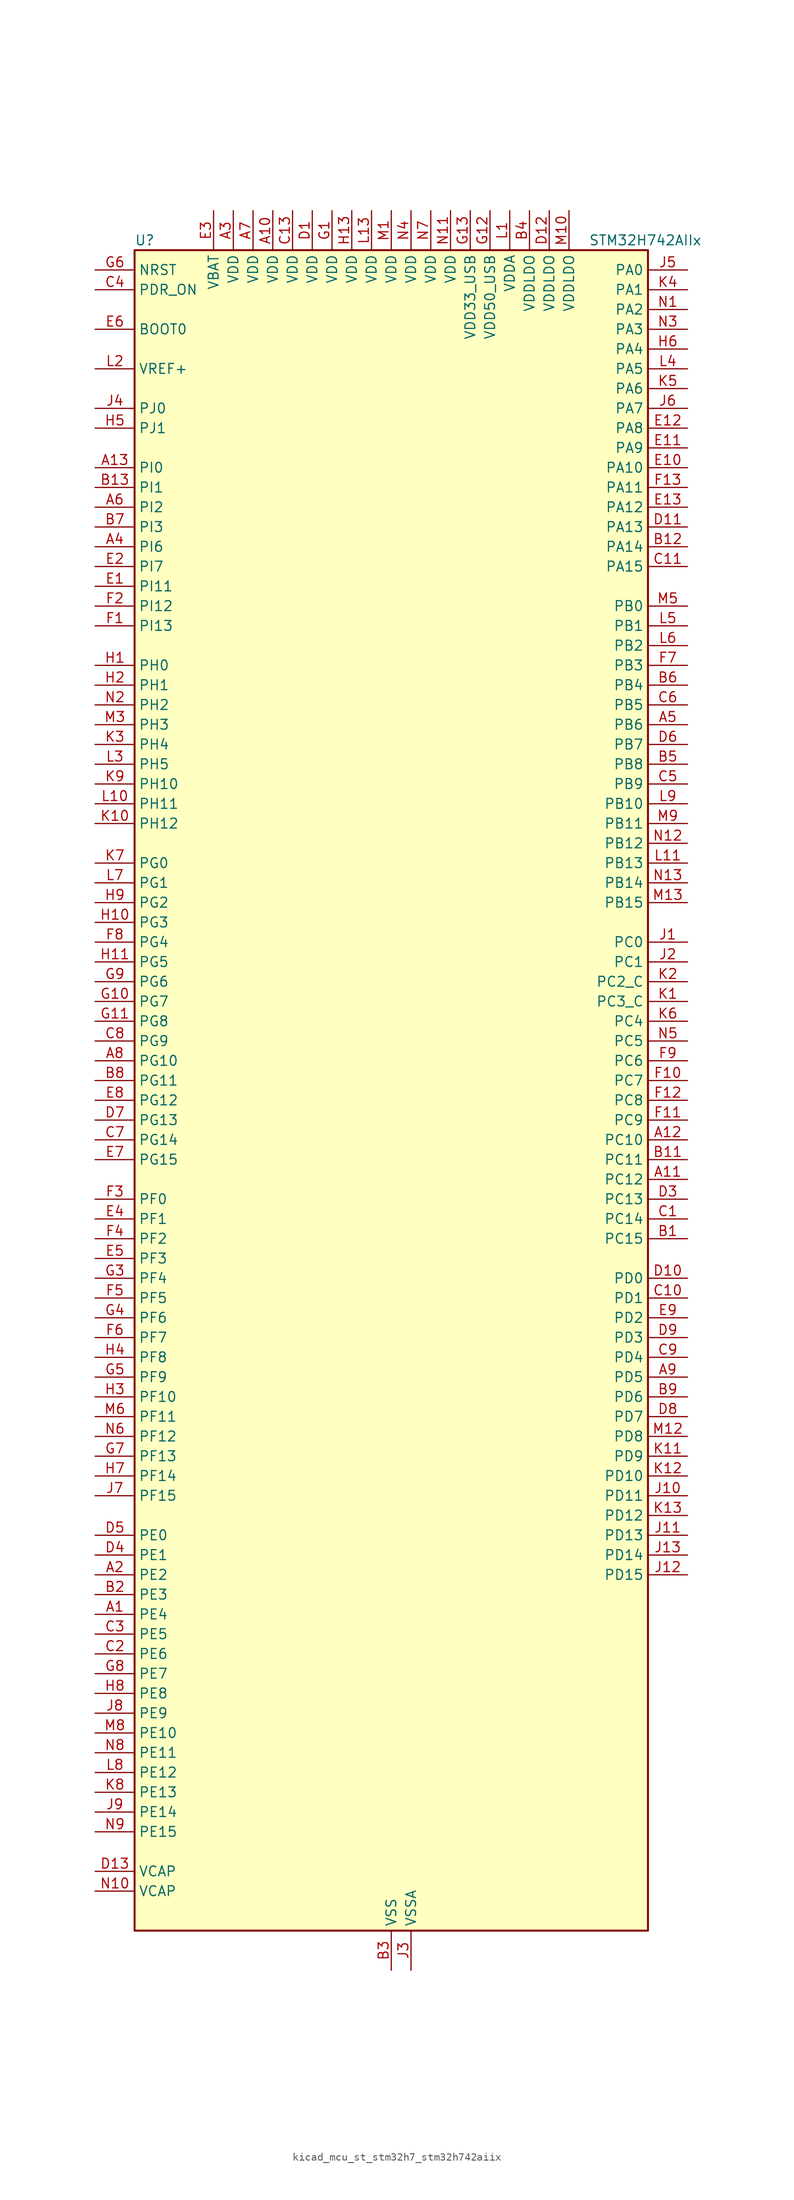
<source format=kicad_sym>
(kicad_symbol_lib
  (version 20220914)
  (generator kicad_symbol_editor)
  (symbol "kicad_mcu_st_stm32h7_stm32h742aiix"
    (property "Reference" "U"
      (at -33.02 110.49 0)
      (effects (font (size 1.27 1.27)) (justify left)))
    (property "Value" "STM32H742AIIx"
      (at 25.4 110.49 0)
      (effects (font (size 1.27 1.27)) (justify left)))
    (property "ki_locked" ""
      (at 0 0 0)
      (effects (font (size 1.27 1.27))))
    (symbol "kicad_mcu_st_stm32h7_stm32h742aiix_0_1"
      (rectangle (start -33.02 -106.68) (end 33.02 109.22) (stroke (width 0.254) (type default)) (fill (type background))))
    (symbol "kicad_mcu_st_stm32h7_stm32h742aiix_1_1"
      (pin bidirectional line (at -38.1 -66.04 0) (length 5.08) (name "PE4" (effects (font (size 1.27 1.27)))) (number "A1" (effects (font (size 1.27 1.27)))) (alternate "DCMI_D4" bidirectional line) (alternate "DEBUG_TRACED1" bidirectional line) (alternate "DFSDM1_DATIN3" bidirectional line) (alternate "FMC_A20" bidirectional line) (alternate "SAI1_D2" bidirectional line) (alternate "SAI1_FS_A" bidirectional line) (alternate "SAI4_D2" bidirectional line) (alternate "SAI4_FS_A" bidirectional line) (alternate "SPI4_NSS" bidirectional line) (alternate "TIM15_CH1N" bidirectional line))
      (pin power_in line (at -15.24 114.3 270) (length 5.08) (name "VDD" (effects (font (size 1.27 1.27)))) (number "A10" (effects (font (size 1.27 1.27)))))
      (pin bidirectional line (at 38.1 -10.16 180) (length 5.08) (name "PC12" (effects (font (size 1.27 1.27)))) (number "A11" (effects (font (size 1.27 1.27)))) (alternate "DCMI_D9" bidirectional line) (alternate "DEBUG_TRACED3" bidirectional line) (alternate "HRTIM_EEV2" bidirectional line) (alternate "I2S3_SDO" bidirectional line) (alternate "SDMMC1_CK" bidirectional line) (alternate "SPI3_MOSI" bidirectional line) (alternate "UART5_TX" bidirectional line) (alternate "USART3_CK" bidirectional line))
      (pin bidirectional line (at 38.1 -5.08 180) (length 5.08) (name "PC10" (effects (font (size 1.27 1.27)))) (number "A12" (effects (font (size 1.27 1.27)))) (alternate "DCMI_D8" bidirectional line) (alternate "DFSDM1_CKIN5" bidirectional line) (alternate "HRTIM_EEV1" bidirectional line) (alternate "I2S3_CK" bidirectional line) (alternate "QUADSPI_BK1_IO1" bidirectional line) (alternate "SDMMC1_D2" bidirectional line) (alternate "SPI3_SCK" bidirectional line) (alternate "UART4_TX" bidirectional line) (alternate "USART3_TX" bidirectional line))
      (pin bidirectional line (at -38.1 81.28 0) (length 5.08) (name "PI0" (effects (font (size 1.27 1.27)))) (number "A13" (effects (font (size 1.27 1.27)))) (alternate "DCMI_D13" bidirectional line) (alternate "FMC_D24" bidirectional line) (alternate "I2S2_WS" bidirectional line) (alternate "SPI2_NSS" bidirectional line) (alternate "TIM5_CH4" bidirectional line))
      (pin bidirectional line (at -38.1 -60.96 0) (length 5.08) (name "PE2" (effects (font (size 1.27 1.27)))) (number "A2" (effects (font (size 1.27 1.27)))) (alternate "DEBUG_TRACECLK" bidirectional line) (alternate "ETH_TXD3" bidirectional line) (alternate "FMC_A23" bidirectional line) (alternate "QUADSPI_BK1_IO2" bidirectional line) (alternate "SAI1_CK1" bidirectional line) (alternate "SAI1_MCLK_A" bidirectional line) (alternate "SAI4_CK1" bidirectional line) (alternate "SAI4_MCLK_A" bidirectional line) (alternate "SPI4_SCK" bidirectional line))
      (pin power_in line (at -20.32 114.3 270) (length 5.08) (name "VDD" (effects (font (size 1.27 1.27)))) (number "A3" (effects (font (size 1.27 1.27)))))
      (pin bidirectional line (at -38.1 71.12 0) (length 5.08) (name "PI6" (effects (font (size 1.27 1.27)))) (number "A4" (effects (font (size 1.27 1.27)))) (alternate "DCMI_D6" bidirectional line) (alternate "FMC_D28" bidirectional line) (alternate "SAI2_SD_A" bidirectional line) (alternate "TIM8_CH2" bidirectional line))
      (pin bidirectional line (at 38.1 48.26 180) (length 5.08) (name "PB6" (effects (font (size 1.27 1.27)))) (number "A5" (effects (font (size 1.27 1.27)))) (alternate "CEC" bidirectional line) (alternate "DCMI_D5" bidirectional line) (alternate "DFSDM1_DATIN5" bidirectional line) (alternate "FDCAN2_TX" bidirectional line) (alternate "FMC_SDNE1" bidirectional line) (alternate "HRTIM_EEV8" bidirectional line) (alternate "I2C1_SCL" bidirectional line) (alternate "I2C4_SCL" bidirectional line) (alternate "LPUART1_TX" bidirectional line) (alternate "QUADSPI_BK1_NCS" bidirectional line) (alternate "TIM16_CH1N" bidirectional line) (alternate "TIM4_CH1" bidirectional line) (alternate "UART5_TX" bidirectional line) (alternate "USART1_TX" bidirectional line))
      (pin bidirectional line (at -38.1 76.2 0) (length 5.08) (name "PI2" (effects (font (size 1.27 1.27)))) (number "A6" (effects (font (size 1.27 1.27)))) (alternate "DCMI_D9" bidirectional line) (alternate "FMC_D26" bidirectional line) (alternate "I2S2_SDI" bidirectional line) (alternate "SPI2_MISO" bidirectional line) (alternate "TIM8_CH4" bidirectional line))
      (pin power_in line (at -17.78 114.3 270) (length 5.08) (name "VDD" (effects (font (size 1.27 1.27)))) (number "A7" (effects (font (size 1.27 1.27)))))
      (pin bidirectional line (at -38.1 5.08 0) (length 5.08) (name "PG10" (effects (font (size 1.27 1.27)))) (number "A8" (effects (font (size 1.27 1.27)))) (alternate "DCMI_D2" bidirectional line) (alternate "FMC_NE3" bidirectional line) (alternate "HRTIM_FLT5" bidirectional line) (alternate "I2S1_WS" bidirectional line) (alternate "SAI2_SD_B" bidirectional line) (alternate "SPI1_NSS" bidirectional line))
      (pin bidirectional line (at 38.1 -35.56 180) (length 5.08) (name "PD5" (effects (font (size 1.27 1.27)))) (number "A9" (effects (font (size 1.27 1.27)))) (alternate "FMC_NWE" bidirectional line) (alternate "HRTIM_EEV3" bidirectional line) (alternate "USART2_TX" bidirectional line))
      (pin bidirectional line (at 38.1 -17.78 180) (length 5.08) (name "PC15" (effects (font (size 1.27 1.27)))) (number "B1" (effects (font (size 1.27 1.27)))) (alternate "ADC1_EXTI15" bidirectional line) (alternate "ADC2_EXTI15" bidirectional line) (alternate "ADC3_EXTI15" bidirectional line) (alternate "RCC_OSC32_OUT" bidirectional line))
      (pin passive line (at 0 -111.76 90) (length 5.08) hide (name "VSS" (effects (font (size 1.27 1.27)))) (number "B10" (effects (font (size 1.27 1.27)))))
      (pin bidirectional line (at 38.1 -7.62 180) (length 5.08) (name "PC11" (effects (font (size 1.27 1.27)))) (number "B11" (effects (font (size 1.27 1.27)))) (alternate "ADC1_EXTI11" bidirectional line) (alternate "ADC2_EXTI11" bidirectional line) (alternate "ADC3_EXTI11" bidirectional line) (alternate "DCMI_D4" bidirectional line) (alternate "DFSDM1_DATIN5" bidirectional line) (alternate "HRTIM_FLT2" bidirectional line) (alternate "I2S3_SDI" bidirectional line) (alternate "QUADSPI_BK2_NCS" bidirectional line) (alternate "SDMMC1_D3" bidirectional line) (alternate "SPI3_MISO" bidirectional line) (alternate "UART4_RX" bidirectional line) (alternate "USART3_RX" bidirectional line))
      (pin bidirectional line (at 38.1 71.12 180) (length 5.08) (name "PA14" (effects (font (size 1.27 1.27)))) (number "B12" (effects (font (size 1.27 1.27)))) (alternate "DEBUG_JTCK-SWCLK" bidirectional line))
      (pin bidirectional line (at -38.1 78.74 0) (length 5.08) (name "PI1" (effects (font (size 1.27 1.27)))) (number "B13" (effects (font (size 1.27 1.27)))) (alternate "DCMI_D8" bidirectional line) (alternate "FMC_D25" bidirectional line) (alternate "I2S2_CK" bidirectional line) (alternate "SPI2_SCK" bidirectional line) (alternate "TIM8_BKIN2" bidirectional line) (alternate "TIM8_BKIN2_COMP1" bidirectional line) (alternate "TIM8_BKIN2_COMP2" bidirectional line))
      (pin bidirectional line (at -38.1 -63.5 0) (length 5.08) (name "PE3" (effects (font (size 1.27 1.27)))) (number "B2" (effects (font (size 1.27 1.27)))) (alternate "DEBUG_TRACED0" bidirectional line) (alternate "FMC_A19" bidirectional line) (alternate "SAI1_SD_B" bidirectional line) (alternate "SAI4_SD_B" bidirectional line) (alternate "TIM15_BKIN" bidirectional line))
      (pin power_in line (at 0 -111.76 90) (length 5.08) (name "VSS" (effects (font (size 1.27 1.27)))) (number "B3" (effects (font (size 1.27 1.27)))))
      (pin power_in line (at 17.78 114.3 270) (length 5.08) (name "VDDLDO" (effects (font (size 1.27 1.27)))) (number "B4" (effects (font (size 1.27 1.27)))))
      (pin bidirectional line (at 38.1 43.18 180) (length 5.08) (name "PB8" (effects (font (size 1.27 1.27)))) (number "B5" (effects (font (size 1.27 1.27)))) (alternate "DCMI_D6" bidirectional line) (alternate "DFSDM1_CKIN7" bidirectional line) (alternate "ETH_TXD3" bidirectional line) (alternate "FDCAN1_RX" bidirectional line) (alternate "I2C1_SCL" bidirectional line) (alternate "I2C4_SCL" bidirectional line) (alternate "SDMMC1_CKIN" bidirectional line) (alternate "SDMMC1_D4" bidirectional line) (alternate "SDMMC2_D4" bidirectional line) (alternate "TIM16_CH1" bidirectional line) (alternate "TIM4_CH3" bidirectional line) (alternate "UART4_RX" bidirectional line))
      (pin bidirectional line (at 38.1 53.34 180) (length 5.08) (name "PB4" (effects (font (size 1.27 1.27)))) (number "B6" (effects (font (size 1.27 1.27)))) (alternate "DEBUG_JTRST" bidirectional line) (alternate "HRTIM_EEV6" bidirectional line) (alternate "I2S1_SDI" bidirectional line) (alternate "I2S2_WS" bidirectional line) (alternate "I2S3_SDI" bidirectional line) (alternate "SDMMC2_D3" bidirectional line) (alternate "SPI1_MISO" bidirectional line) (alternate "SPI2_NSS" bidirectional line) (alternate "SPI3_MISO" bidirectional line) (alternate "SPI6_MISO" bidirectional line) (alternate "TIM16_BKIN" bidirectional line) (alternate "TIM3_CH1" bidirectional line) (alternate "UART7_TX" bidirectional line))
      (pin bidirectional line (at -38.1 73.66 0) (length 5.08) (name "PI3" (effects (font (size 1.27 1.27)))) (number "B7" (effects (font (size 1.27 1.27)))) (alternate "DCMI_D10" bidirectional line) (alternate "FMC_D27" bidirectional line) (alternate "I2S2_SDO" bidirectional line) (alternate "SPI2_MOSI" bidirectional line) (alternate "TIM8_ETR" bidirectional line))
      (pin bidirectional line (at -38.1 2.54 0) (length 5.08) (name "PG11" (effects (font (size 1.27 1.27)))) (number "B8" (effects (font (size 1.27 1.27)))) (alternate "ADC1_EXTI11" bidirectional line) (alternate "ADC2_EXTI11" bidirectional line) (alternate "ADC3_EXTI11" bidirectional line) (alternate "DCMI_D3" bidirectional line) (alternate "ETH_TX_EN" bidirectional line) (alternate "HRTIM_EEV4" bidirectional line) (alternate "I2S1_CK" bidirectional line) (alternate "LPTIM1_IN2" bidirectional line) (alternate "SDMMC2_D2" bidirectional line) (alternate "SPDIFRX1_IN0" bidirectional line) (alternate "SPI1_SCK" bidirectional line))
      (pin bidirectional line (at 38.1 -38.1 180) (length 5.08) (name "PD6" (effects (font (size 1.27 1.27)))) (number "B9" (effects (font (size 1.27 1.27)))) (alternate "DCMI_D10" bidirectional line) (alternate "DFSDM1_CKIN4" bidirectional line) (alternate "DFSDM1_DATIN1" bidirectional line) (alternate "FMC_NWAIT" bidirectional line) (alternate "I2S3_SDO" bidirectional line) (alternate "SAI1_D1" bidirectional line) (alternate "SAI1_SD_A" bidirectional line) (alternate "SAI4_D1" bidirectional line) (alternate "SAI4_SD_A" bidirectional line) (alternate "SDMMC2_CK" bidirectional line) (alternate "SPI3_MOSI" bidirectional line) (alternate "USART2_RX" bidirectional line))
      (pin bidirectional line (at 38.1 -15.24 180) (length 5.08) (name "PC14" (effects (font (size 1.27 1.27)))) (number "C1" (effects (font (size 1.27 1.27)))) (alternate "RCC_OSC32_IN" bidirectional line))
      (pin bidirectional line (at 38.1 -25.4 180) (length 5.08) (name "PD1" (effects (font (size 1.27 1.27)))) (number "C10" (effects (font (size 1.27 1.27)))) (alternate "DFSDM1_DATIN6" bidirectional line) (alternate "FDCAN1_TX" bidirectional line) (alternate "FMC_D3" bidirectional line) (alternate "FMC_DA3" bidirectional line) (alternate "SAI3_SD_A" bidirectional line) (alternate "UART4_TX" bidirectional line))
      (pin bidirectional line (at 38.1 68.58 180) (length 5.08) (name "PA15" (effects (font (size 1.27 1.27)))) (number "C11" (effects (font (size 1.27 1.27)))) (alternate "ADC1_EXTI15" bidirectional line) (alternate "ADC2_EXTI15" bidirectional line) (alternate "ADC3_EXTI15" bidirectional line) (alternate "CEC" bidirectional line) (alternate "DEBUG_JTDI" bidirectional line) (alternate "HRTIM_FLT1" bidirectional line) (alternate "I2S1_WS" bidirectional line) (alternate "I2S3_WS" bidirectional line) (alternate "SPI1_NSS" bidirectional line) (alternate "SPI3_NSS" bidirectional line) (alternate "SPI6_NSS" bidirectional line) (alternate "TIM2_CH1" bidirectional line) (alternate "TIM2_ETR" bidirectional line) (alternate "UART4_DE" bidirectional line) (alternate "UART4_RTS" bidirectional line) (alternate "UART7_TX" bidirectional line))
      (pin passive line (at 0 -111.76 90) (length 5.08) hide (name "VSS" (effects (font (size 1.27 1.27)))) (number "C12" (effects (font (size 1.27 1.27)))))
      (pin power_in line (at -12.7 114.3 270) (length 5.08) (name "VDD" (effects (font (size 1.27 1.27)))) (number "C13" (effects (font (size 1.27 1.27)))))
      (pin bidirectional line (at -38.1 -71.12 0) (length 5.08) (name "PE6" (effects (font (size 1.27 1.27)))) (number "C2" (effects (font (size 1.27 1.27)))) (alternate "DCMI_D7" bidirectional line) (alternate "DEBUG_TRACED3" bidirectional line) (alternate "FMC_A22" bidirectional line) (alternate "SAI1_D1" bidirectional line) (alternate "SAI1_SD_A" bidirectional line) (alternate "SAI2_MCLK_B" bidirectional line) (alternate "SAI4_D1" bidirectional line) (alternate "SAI4_SD_A" bidirectional line) (alternate "SPI4_MOSI" bidirectional line) (alternate "TIM15_CH2" bidirectional line) (alternate "TIM1_BKIN2" bidirectional line) (alternate "TIM1_BKIN2_COMP1" bidirectional line) (alternate "TIM1_BKIN2_COMP2" bidirectional line))
      (pin bidirectional line (at -38.1 -68.58 0) (length 5.08) (name "PE5" (effects (font (size 1.27 1.27)))) (number "C3" (effects (font (size 1.27 1.27)))) (alternate "DCMI_D6" bidirectional line) (alternate "DEBUG_TRACED2" bidirectional line) (alternate "DFSDM1_CKIN3" bidirectional line) (alternate "FMC_A21" bidirectional line) (alternate "SAI1_CK2" bidirectional line) (alternate "SAI1_SCK_A" bidirectional line) (alternate "SAI4_CK2" bidirectional line) (alternate "SAI4_SCK_A" bidirectional line) (alternate "SPI4_MISO" bidirectional line) (alternate "TIM15_CH1" bidirectional line))
      (pin input line (at -38.1 104.14 0) (length 5.08) (name "PDR_ON" (effects (font (size 1.27 1.27)))) (number "C4" (effects (font (size 1.27 1.27)))))
      (pin bidirectional line (at 38.1 40.64 180) (length 5.08) (name "PB9" (effects (font (size 1.27 1.27)))) (number "C5" (effects (font (size 1.27 1.27)))) (alternate "DAC1_EXTI9" bidirectional line) (alternate "DCMI_D7" bidirectional line) (alternate "DFSDM1_DATIN7" bidirectional line) (alternate "FDCAN1_TX" bidirectional line) (alternate "I2C1_SDA" bidirectional line) (alternate "I2C4_SDA" bidirectional line) (alternate "I2C4_SMBA" bidirectional line) (alternate "I2S2_WS" bidirectional line) (alternate "SDMMC1_CDIR" bidirectional line) (alternate "SDMMC1_D5" bidirectional line) (alternate "SDMMC2_D5" bidirectional line) (alternate "SPI2_NSS" bidirectional line) (alternate "TIM17_CH1" bidirectional line) (alternate "TIM4_CH4" bidirectional line) (alternate "UART4_TX" bidirectional line))
      (pin bidirectional line (at 38.1 50.8 180) (length 5.08) (name "PB5" (effects (font (size 1.27 1.27)))) (number "C6" (effects (font (size 1.27 1.27)))) (alternate "DCMI_D10" bidirectional line) (alternate "ETH_PPS_OUT" bidirectional line) (alternate "FDCAN2_RX" bidirectional line) (alternate "FMC_SDCKE1" bidirectional line) (alternate "HRTIM_EEV7" bidirectional line) (alternate "I2C1_SMBA" bidirectional line) (alternate "I2C4_SMBA" bidirectional line) (alternate "I2S1_SDO" bidirectional line) (alternate "I2S3_SDO" bidirectional line) (alternate "SPI1_MOSI" bidirectional line) (alternate "SPI3_MOSI" bidirectional line) (alternate "SPI6_MOSI" bidirectional line) (alternate "TIM17_BKIN" bidirectional line) (alternate "TIM3_CH2" bidirectional line) (alternate "UART5_RX" bidirectional line) (alternate "USB_OTG_HS_ULPI_D7" bidirectional line))
      (pin bidirectional line (at -38.1 -5.08 0) (length 5.08) (name "PG14" (effects (font (size 1.27 1.27)))) (number "C7" (effects (font (size 1.27 1.27)))) (alternate "DEBUG_TRACED1" bidirectional line) (alternate "ETH_TXD1" bidirectional line) (alternate "FMC_A25" bidirectional line) (alternate "LPTIM1_ETR" bidirectional line) (alternate "QUADSPI_BK2_IO3" bidirectional line) (alternate "SPI6_MOSI" bidirectional line) (alternate "USART6_TX" bidirectional line))
      (pin bidirectional line (at -38.1 7.62 0) (length 5.08) (name "PG9" (effects (font (size 1.27 1.27)))) (number "C8" (effects (font (size 1.27 1.27)))) (alternate "DAC1_EXTI9" bidirectional line) (alternate "DCMI_VSYNC" bidirectional line) (alternate "FMC_NCE" bidirectional line) (alternate "FMC_NE2" bidirectional line) (alternate "I2S1_SDI" bidirectional line) (alternate "QUADSPI_BK2_IO2" bidirectional line) (alternate "SAI2_FS_B" bidirectional line) (alternate "SPDIFRX1_IN3" bidirectional line) (alternate "SPI1_MISO" bidirectional line) (alternate "USART6_RX" bidirectional line))
      (pin bidirectional line (at 38.1 -33.02 180) (length 5.08) (name "PD4" (effects (font (size 1.27 1.27)))) (number "C9" (effects (font (size 1.27 1.27)))) (alternate "FMC_NOE" bidirectional line) (alternate "HRTIM_FLT3" bidirectional line) (alternate "SAI3_FS_A" bidirectional line) (alternate "USART2_DE" bidirectional line) (alternate "USART2_RTS" bidirectional line))
      (pin power_in line (at -10.16 114.3 270) (length 5.08) (name "VDD" (effects (font (size 1.27 1.27)))) (number "D1" (effects (font (size 1.27 1.27)))))
      (pin bidirectional line (at 38.1 -22.86 180) (length 5.08) (name "PD0" (effects (font (size 1.27 1.27)))) (number "D10" (effects (font (size 1.27 1.27)))) (alternate "DFSDM1_CKIN6" bidirectional line) (alternate "FDCAN1_RX" bidirectional line) (alternate "FMC_D2" bidirectional line) (alternate "FMC_DA2" bidirectional line) (alternate "SAI3_SCK_A" bidirectional line) (alternate "UART4_RX" bidirectional line))
      (pin bidirectional line (at 38.1 73.66 180) (length 5.08) (name "PA13" (effects (font (size 1.27 1.27)))) (number "D11" (effects (font (size 1.27 1.27)))) (alternate "DEBUG_JTMS-SWDIO" bidirectional line))
      (pin power_in line (at 20.32 114.3 270) (length 5.08) (name "VDDLDO" (effects (font (size 1.27 1.27)))) (number "D12" (effects (font (size 1.27 1.27)))))
      (pin power_out line (at -38.1 -99.06 0) (length 5.08) (name "VCAP" (effects (font (size 1.27 1.27)))) (number "D13" (effects (font (size 1.27 1.27)))))
      (pin passive line (at 0 -111.76 90) (length 5.08) hide (name "VSS" (effects (font (size 1.27 1.27)))) (number "D2" (effects (font (size 1.27 1.27)))))
      (pin bidirectional line (at 38.1 -12.7 180) (length 5.08) (name "PC13" (effects (font (size 1.27 1.27)))) (number "D3" (effects (font (size 1.27 1.27)))) (alternate "PWR_WKUP2" bidirectional line) (alternate "RTC_OUT_ALARM" bidirectional line) (alternate "RTC_OUT_CALIB" bidirectional line) (alternate "RTC_TAMP1" bidirectional line) (alternate "RTC_TS" bidirectional line))
      (pin bidirectional line (at -38.1 -58.42 0) (length 5.08) (name "PE1" (effects (font (size 1.27 1.27)))) (number "D4" (effects (font (size 1.27 1.27)))) (alternate "DCMI_D3" bidirectional line) (alternate "FMC_NBL1" bidirectional line) (alternate "HRTIM_SCOUT" bidirectional line) (alternate "LPTIM1_IN2" bidirectional line) (alternate "UART8_TX" bidirectional line))
      (pin bidirectional line (at -38.1 -55.88 0) (length 5.08) (name "PE0" (effects (font (size 1.27 1.27)))) (number "D5" (effects (font (size 1.27 1.27)))) (alternate "DCMI_D2" bidirectional line) (alternate "FMC_NBL0" bidirectional line) (alternate "HRTIM_SCIN" bidirectional line) (alternate "LPTIM1_ETR" bidirectional line) (alternate "LPTIM2_ETR" bidirectional line) (alternate "SAI2_MCLK_A" bidirectional line) (alternate "TIM4_ETR" bidirectional line) (alternate "UART8_RX" bidirectional line))
      (pin bidirectional line (at 38.1 45.72 180) (length 5.08) (name "PB7" (effects (font (size 1.27 1.27)))) (number "D6" (effects (font (size 1.27 1.27)))) (alternate "DCMI_VSYNC" bidirectional line) (alternate "DFSDM1_CKIN5" bidirectional line) (alternate "FMC_NL" bidirectional line) (alternate "HRTIM_EEV9" bidirectional line) (alternate "I2C1_SDA" bidirectional line) (alternate "I2C4_SDA" bidirectional line) (alternate "LPUART1_RX" bidirectional line) (alternate "PWR_PVD_IN" bidirectional line) (alternate "TIM17_CH1N" bidirectional line) (alternate "TIM4_CH2" bidirectional line) (alternate "USART1_RX" bidirectional line))
      (pin bidirectional line (at -38.1 -2.54 0) (length 5.08) (name "PG13" (effects (font (size 1.27 1.27)))) (number "D7" (effects (font (size 1.27 1.27)))) (alternate "DEBUG_TRACED0" bidirectional line) (alternate "ETH_TXD0" bidirectional line) (alternate "FMC_A24" bidirectional line) (alternate "HRTIM_EEV10" bidirectional line) (alternate "LPTIM1_OUT" bidirectional line) (alternate "SPI6_SCK" bidirectional line) (alternate "USART6_CTS" bidirectional line) (alternate "USART6_NSS" bidirectional line))
      (pin bidirectional line (at 38.1 -40.64 180) (length 5.08) (name "PD7" (effects (font (size 1.27 1.27)))) (number "D8" (effects (font (size 1.27 1.27)))) (alternate "DFSDM1_CKIN1" bidirectional line) (alternate "DFSDM1_DATIN4" bidirectional line) (alternate "FMC_NE1" bidirectional line) (alternate "I2S1_SDO" bidirectional line) (alternate "SDMMC2_CMD" bidirectional line) (alternate "SPDIFRX1_IN0" bidirectional line) (alternate "SPI1_MOSI" bidirectional line) (alternate "USART2_CK" bidirectional line))
      (pin bidirectional line (at 38.1 -30.48 180) (length 5.08) (name "PD3" (effects (font (size 1.27 1.27)))) (number "D9" (effects (font (size 1.27 1.27)))) (alternate "DCMI_D5" bidirectional line) (alternate "DFSDM1_CKOUT" bidirectional line) (alternate "FMC_CLK" bidirectional line) (alternate "I2S2_CK" bidirectional line) (alternate "SPI2_SCK" bidirectional line) (alternate "USART2_CTS" bidirectional line) (alternate "USART2_NSS" bidirectional line))
      (pin bidirectional line (at -38.1 66.04 0) (length 5.08) (name "PI11" (effects (font (size 1.27 1.27)))) (number "E1" (effects (font (size 1.27 1.27)))) (alternate "ADC1_EXTI11" bidirectional line) (alternate "ADC2_EXTI11" bidirectional line) (alternate "ADC3_EXTI11" bidirectional line) (alternate "PWR_WKUP4" bidirectional line) (alternate "USB_OTG_HS_ULPI_DIR" bidirectional line))
      (pin bidirectional line (at 38.1 81.28 180) (length 5.08) (name "PA10" (effects (font (size 1.27 1.27)))) (number "E10" (effects (font (size 1.27 1.27)))) (alternate "DCMI_D1" bidirectional line) (alternate "HRTIM_CHC2" bidirectional line) (alternate "LPUART1_RX" bidirectional line) (alternate "MDIOS_MDIO" bidirectional line) (alternate "TIM1_CH3" bidirectional line) (alternate "USART1_RX" bidirectional line) (alternate "USB_OTG_FS_ID" bidirectional line))
      (pin bidirectional line (at 38.1 83.82 180) (length 5.08) (name "PA9" (effects (font (size 1.27 1.27)))) (number "E11" (effects (font (size 1.27 1.27)))) (alternate "DAC1_EXTI9" bidirectional line) (alternate "DCMI_D0" bidirectional line) (alternate "HRTIM_CHC1" bidirectional line) (alternate "I2C3_SMBA" bidirectional line) (alternate "I2S2_CK" bidirectional line) (alternate "LPUART1_TX" bidirectional line) (alternate "SPI2_SCK" bidirectional line) (alternate "TIM1_CH2" bidirectional line) (alternate "USART1_TX" bidirectional line) (alternate "USB_OTG_FS_VBUS" bidirectional line))
      (pin bidirectional line (at 38.1 86.36 180) (length 5.08) (name "PA8" (effects (font (size 1.27 1.27)))) (number "E12" (effects (font (size 1.27 1.27)))) (alternate "HRTIM_CHB2" bidirectional line) (alternate "I2C3_SCL" bidirectional line) (alternate "RCC_MCO_1" bidirectional line) (alternate "TIM1_CH1" bidirectional line) (alternate "TIM8_BKIN2" bidirectional line) (alternate "TIM8_BKIN2_COMP1" bidirectional line) (alternate "TIM8_BKIN2_COMP2" bidirectional line) (alternate "UART7_RX" bidirectional line) (alternate "USART1_CK" bidirectional line) (alternate "USB_OTG_FS_SOF" bidirectional line))
      (pin bidirectional line (at 38.1 76.2 180) (length 5.08) (name "PA12" (effects (font (size 1.27 1.27)))) (number "E13" (effects (font (size 1.27 1.27)))) (alternate "FDCAN1_TX" bidirectional line) (alternate "HRTIM_CHD2" bidirectional line) (alternate "I2S2_CK" bidirectional line) (alternate "LPUART1_DE" bidirectional line) (alternate "LPUART1_RTS" bidirectional line) (alternate "SAI2_FS_B" bidirectional line) (alternate "SPI2_SCK" bidirectional line) (alternate "TIM1_ETR" bidirectional line) (alternate "UART4_TX" bidirectional line) (alternate "USART1_DE" bidirectional line) (alternate "USART1_RTS" bidirectional line) (alternate "USB_OTG_FS_DP" bidirectional line))
      (pin bidirectional line (at -38.1 68.58 0) (length 5.08) (name "PI7" (effects (font (size 1.27 1.27)))) (number "E2" (effects (font (size 1.27 1.27)))) (alternate "DCMI_D7" bidirectional line) (alternate "FMC_D29" bidirectional line) (alternate "SAI2_FS_A" bidirectional line) (alternate "TIM8_CH3" bidirectional line))
      (pin power_in line (at -22.86 114.3 270) (length 5.08) (name "VBAT" (effects (font (size 1.27 1.27)))) (number "E3" (effects (font (size 1.27 1.27)))))
      (pin bidirectional line (at -38.1 -15.24 0) (length 5.08) (name "PF1" (effects (font (size 1.27 1.27)))) (number "E4" (effects (font (size 1.27 1.27)))) (alternate "FMC_A1" bidirectional line) (alternate "I2C2_SCL" bidirectional line))
      (pin bidirectional line (at -38.1 -20.32 0) (length 5.08) (name "PF3" (effects (font (size 1.27 1.27)))) (number "E5" (effects (font (size 1.27 1.27)))) (alternate "ADC3_INP5" bidirectional line) (alternate "FMC_A3" bidirectional line))
      (pin input line (at -38.1 99.06 0) (length 5.08) (name "BOOT0" (effects (font (size 1.27 1.27)))) (number "E6" (effects (font (size 1.27 1.27)))))
      (pin bidirectional line (at -38.1 -7.62 0) (length 5.08) (name "PG15" (effects (font (size 1.27 1.27)))) (number "E7" (effects (font (size 1.27 1.27)))) (alternate "ADC1_EXTI15" bidirectional line) (alternate "ADC2_EXTI15" bidirectional line) (alternate "ADC3_EXTI15" bidirectional line) (alternate "DCMI_D13" bidirectional line) (alternate "FMC_SDNCAS" bidirectional line) (alternate "USART6_CTS" bidirectional line) (alternate "USART6_NSS" bidirectional line))
      (pin bidirectional line (at -38.1 0 0) (length 5.08) (name "PG12" (effects (font (size 1.27 1.27)))) (number "E8" (effects (font (size 1.27 1.27)))) (alternate "ETH_TXD1" bidirectional line) (alternate "FMC_NE4" bidirectional line) (alternate "HRTIM_EEV5" bidirectional line) (alternate "LPTIM1_IN1" bidirectional line) (alternate "SPDIFRX1_IN1" bidirectional line) (alternate "SPI6_MISO" bidirectional line) (alternate "USART6_DE" bidirectional line) (alternate "USART6_RTS" bidirectional line))
      (pin bidirectional line (at 38.1 -27.94 180) (length 5.08) (name "PD2" (effects (font (size 1.27 1.27)))) (number "E9" (effects (font (size 1.27 1.27)))) (alternate "DCMI_D11" bidirectional line) (alternate "DEBUG_TRACED2" bidirectional line) (alternate "SDMMC1_CMD" bidirectional line) (alternate "TIM3_ETR" bidirectional line) (alternate "UART5_RX" bidirectional line))
      (pin bidirectional line (at -38.1 60.96 0) (length 5.08) (name "PI13" (effects (font (size 1.27 1.27)))) (number "F1" (effects (font (size 1.27 1.27)))))
      (pin bidirectional line (at 38.1 2.54 180) (length 5.08) (name "PC7" (effects (font (size 1.27 1.27)))) (number "F10" (effects (font (size 1.27 1.27)))) (alternate "DCMI_D1" bidirectional line) (alternate "DEBUG_TRGIO" bidirectional line) (alternate "DFSDM1_DATIN3" bidirectional line) (alternate "FMC_NE1" bidirectional line) (alternate "HRTIM_CHA2" bidirectional line) (alternate "I2S3_MCK" bidirectional line) (alternate "SDMMC1_D123DIR" bidirectional line) (alternate "SDMMC1_D7" bidirectional line) (alternate "SDMMC2_D7" bidirectional line) (alternate "SWPMI1_TX" bidirectional line) (alternate "TIM3_CH2" bidirectional line) (alternate "TIM8_CH2" bidirectional line) (alternate "USART6_RX" bidirectional line))
      (pin bidirectional line (at 38.1 -2.54 180) (length 5.08) (name "PC9" (effects (font (size 1.27 1.27)))) (number "F11" (effects (font (size 1.27 1.27)))) (alternate "DAC1_EXTI9" bidirectional line) (alternate "DCMI_D3" bidirectional line) (alternate "I2C3_SDA" bidirectional line) (alternate "I2S_CKIN" bidirectional line) (alternate "QUADSPI_BK1_IO0" bidirectional line) (alternate "RCC_MCO_2" bidirectional line) (alternate "SDMMC1_D1" bidirectional line) (alternate "SWPMI1_SUSPEND" bidirectional line) (alternate "TIM3_CH4" bidirectional line) (alternate "TIM8_CH4" bidirectional line) (alternate "UART5_CTS" bidirectional line))
      (pin bidirectional line (at 38.1 0 180) (length 5.08) (name "PC8" (effects (font (size 1.27 1.27)))) (number "F12" (effects (font (size 1.27 1.27)))) (alternate "DCMI_D2" bidirectional line) (alternate "DEBUG_TRACED1" bidirectional line) (alternate "FMC_NCE" bidirectional line) (alternate "FMC_NE2" bidirectional line) (alternate "HRTIM_CHB1" bidirectional line) (alternate "SDMMC1_D0" bidirectional line) (alternate "SWPMI1_RX" bidirectional line) (alternate "TIM3_CH3" bidirectional line) (alternate "TIM8_CH3" bidirectional line) (alternate "UART5_DE" bidirectional line) (alternate "UART5_RTS" bidirectional line) (alternate "USART6_CK" bidirectional line))
      (pin bidirectional line (at 38.1 78.74 180) (length 5.08) (name "PA11" (effects (font (size 1.27 1.27)))) (number "F13" (effects (font (size 1.27 1.27)))) (alternate "ADC1_EXTI11" bidirectional line) (alternate "ADC2_EXTI11" bidirectional line) (alternate "ADC3_EXTI11" bidirectional line) (alternate "FDCAN1_RX" bidirectional line) (alternate "HRTIM_CHD1" bidirectional line) (alternate "I2S2_WS" bidirectional line) (alternate "LPUART1_CTS" bidirectional line) (alternate "SPI2_NSS" bidirectional line) (alternate "TIM1_CH4" bidirectional line) (alternate "UART4_RX" bidirectional line) (alternate "USART1_CTS" bidirectional line) (alternate "USART1_NSS" bidirectional line) (alternate "USB_OTG_FS_DM" bidirectional line))
      (pin bidirectional line (at -38.1 63.5 0) (length 5.08) (name "PI12" (effects (font (size 1.27 1.27)))) (number "F2" (effects (font (size 1.27 1.27)))))
      (pin bidirectional line (at -38.1 -12.7 0) (length 5.08) (name "PF0" (effects (font (size 1.27 1.27)))) (number "F3" (effects (font (size 1.27 1.27)))) (alternate "FMC_A0" bidirectional line) (alternate "I2C2_SDA" bidirectional line))
      (pin bidirectional line (at -38.1 -17.78 0) (length 5.08) (name "PF2" (effects (font (size 1.27 1.27)))) (number "F4" (effects (font (size 1.27 1.27)))) (alternate "FMC_A2" bidirectional line) (alternate "I2C2_SMBA" bidirectional line))
      (pin bidirectional line (at -38.1 -25.4 0) (length 5.08) (name "PF5" (effects (font (size 1.27 1.27)))) (number "F5" (effects (font (size 1.27 1.27)))) (alternate "ADC3_INP4" bidirectional line) (alternate "FMC_A5" bidirectional line))
      (pin bidirectional line (at -38.1 -30.48 0) (length 5.08) (name "PF7" (effects (font (size 1.27 1.27)))) (number "F6" (effects (font (size 1.27 1.27)))) (alternate "ADC3_INP3" bidirectional line) (alternate "QUADSPI_BK1_IO2" bidirectional line) (alternate "SAI1_MCLK_B" bidirectional line) (alternate "SAI4_MCLK_B" bidirectional line) (alternate "SPI5_SCK" bidirectional line) (alternate "TIM17_CH1" bidirectional line) (alternate "UART7_TX" bidirectional line))
      (pin bidirectional line (at 38.1 55.88 180) (length 5.08) (name "PB3" (effects (font (size 1.27 1.27)))) (number "F7" (effects (font (size 1.27 1.27)))) (alternate "CRS_SYNC" bidirectional line) (alternate "DEBUG_JTDO-SWO" bidirectional line) (alternate "HRTIM_FLT4" bidirectional line) (alternate "I2S1_CK" bidirectional line) (alternate "I2S3_CK" bidirectional line) (alternate "SDMMC2_D2" bidirectional line) (alternate "SPI1_SCK" bidirectional line) (alternate "SPI3_SCK" bidirectional line) (alternate "SPI6_SCK" bidirectional line) (alternate "TIM2_CH2" bidirectional line) (alternate "UART7_RX" bidirectional line))
      (pin bidirectional line (at -38.1 20.32 0) (length 5.08) (name "PG4" (effects (font (size 1.27 1.27)))) (number "F8" (effects (font (size 1.27 1.27)))) (alternate "FMC_A14" bidirectional line) (alternate "FMC_BA0" bidirectional line) (alternate "TIM1_BKIN2" bidirectional line) (alternate "TIM1_BKIN2_COMP1" bidirectional line) (alternate "TIM1_BKIN2_COMP2" bidirectional line))
      (pin bidirectional line (at 38.1 5.08 180) (length 5.08) (name "PC6" (effects (font (size 1.27 1.27)))) (number "F9" (effects (font (size 1.27 1.27)))) (alternate "DCMI_D0" bidirectional line) (alternate "DFSDM1_CKIN3" bidirectional line) (alternate "FMC_NWAIT" bidirectional line) (alternate "HRTIM_CHA1" bidirectional line) (alternate "I2S2_MCK" bidirectional line) (alternate "SDMMC1_D0DIR" bidirectional line) (alternate "SDMMC1_D6" bidirectional line) (alternate "SDMMC2_D6" bidirectional line) (alternate "SWPMI1_IO" bidirectional line) (alternate "TIM3_CH1" bidirectional line) (alternate "TIM8_CH1" bidirectional line) (alternate "USART6_TX" bidirectional line))
      (pin power_in line (at -7.62 114.3 270) (length 5.08) (name "VDD" (effects (font (size 1.27 1.27)))) (number "G1" (effects (font (size 1.27 1.27)))))
      (pin bidirectional line (at -38.1 12.7 0) (length 5.08) (name "PG7" (effects (font (size 1.27 1.27)))) (number "G10" (effects (font (size 1.27 1.27)))) (alternate "DCMI_D13" bidirectional line) (alternate "FMC_INT" bidirectional line) (alternate "HRTIM_CHE2" bidirectional line) (alternate "SAI1_MCLK_A" bidirectional line) (alternate "USART6_CK" bidirectional line))
      (pin bidirectional line (at -38.1 10.16 0) (length 5.08) (name "PG8" (effects (font (size 1.27 1.27)))) (number "G11" (effects (font (size 1.27 1.27)))) (alternate "ETH_PPS_OUT" bidirectional line) (alternate "FMC_SDCLK" bidirectional line) (alternate "SPDIFRX1_IN2" bidirectional line) (alternate "SPI6_NSS" bidirectional line) (alternate "TIM8_ETR" bidirectional line) (alternate "USART6_DE" bidirectional line) (alternate "USART6_RTS" bidirectional line))
      (pin power_in line (at 12.7 114.3 270) (length 5.08) (name "VDD50_USB" (effects (font (size 1.27 1.27)))) (number "G12" (effects (font (size 1.27 1.27)))))
      (pin power_in line (at 10.16 114.3 270) (length 5.08) (name "VDD33_USB" (effects (font (size 1.27 1.27)))) (number "G13" (effects (font (size 1.27 1.27)))))
      (pin passive line (at 0 -111.76 90) (length 5.08) hide (name "VSS" (effects (font (size 1.27 1.27)))) (number "G2" (effects (font (size 1.27 1.27)))))
      (pin bidirectional line (at -38.1 -22.86 0) (length 5.08) (name "PF4" (effects (font (size 1.27 1.27)))) (number "G3" (effects (font (size 1.27 1.27)))) (alternate "ADC3_INN5" bidirectional line) (alternate "ADC3_INP9" bidirectional line) (alternate "FMC_A4" bidirectional line))
      (pin bidirectional line (at -38.1 -27.94 0) (length 5.08) (name "PF6" (effects (font (size 1.27 1.27)))) (number "G4" (effects (font (size 1.27 1.27)))) (alternate "ADC3_INN4" bidirectional line) (alternate "ADC3_INP8" bidirectional line) (alternate "QUADSPI_BK1_IO3" bidirectional line) (alternate "SAI1_SD_B" bidirectional line) (alternate "SAI4_SD_B" bidirectional line) (alternate "SPI5_NSS" bidirectional line) (alternate "TIM16_CH1" bidirectional line) (alternate "UART7_RX" bidirectional line))
      (pin bidirectional line (at -38.1 -35.56 0) (length 5.08) (name "PF9" (effects (font (size 1.27 1.27)))) (number "G5" (effects (font (size 1.27 1.27)))) (alternate "ADC3_INP2" bidirectional line) (alternate "DAC1_EXTI9" bidirectional line) (alternate "QUADSPI_BK1_IO1" bidirectional line) (alternate "SAI1_FS_B" bidirectional line) (alternate "SAI4_FS_B" bidirectional line) (alternate "SPI5_MOSI" bidirectional line) (alternate "TIM14_CH1" bidirectional line) (alternate "TIM17_CH1N" bidirectional line) (alternate "UART7_CTS" bidirectional line))
      (pin input line (at -38.1 106.68 0) (length 5.08) (name "NRST" (effects (font (size 1.27 1.27)))) (number "G6" (effects (font (size 1.27 1.27)))))
      (pin bidirectional line (at -38.1 -45.72 0) (length 5.08) (name "PF13" (effects (font (size 1.27 1.27)))) (number "G7" (effects (font (size 1.27 1.27)))) (alternate "ADC2_INP2" bidirectional line) (alternate "DFSDM1_DATIN6" bidirectional line) (alternate "FMC_A7" bidirectional line) (alternate "I2C4_SMBA" bidirectional line))
      (pin bidirectional line (at -38.1 -73.66 0) (length 5.08) (name "PE7" (effects (font (size 1.27 1.27)))) (number "G8" (effects (font (size 1.27 1.27)))) (alternate "COMP2_INM" bidirectional line) (alternate "DFSDM1_DATIN2" bidirectional line) (alternate "FMC_D4" bidirectional line) (alternate "FMC_DA4" bidirectional line) (alternate "OPAMP2_VOUT" bidirectional line) (alternate "QUADSPI_BK2_IO0" bidirectional line) (alternate "TIM1_ETR" bidirectional line) (alternate "UART7_RX" bidirectional line))
      (pin bidirectional line (at -38.1 15.24 0) (length 5.08) (name "PG6" (effects (font (size 1.27 1.27)))) (number "G9" (effects (font (size 1.27 1.27)))) (alternate "DCMI_D12" bidirectional line) (alternate "FMC_NE3" bidirectional line) (alternate "HRTIM_CHE1" bidirectional line) (alternate "QUADSPI_BK1_NCS" bidirectional line) (alternate "TIM17_BKIN" bidirectional line))
      (pin bidirectional line (at -38.1 55.88 0) (length 5.08) (name "PH0" (effects (font (size 1.27 1.27)))) (number "H1" (effects (font (size 1.27 1.27)))) (alternate "RCC_OSC_IN" bidirectional line))
      (pin bidirectional line (at -38.1 22.86 0) (length 5.08) (name "PG3" (effects (font (size 1.27 1.27)))) (number "H10" (effects (font (size 1.27 1.27)))) (alternate "FMC_A13" bidirectional line) (alternate "TIM8_BKIN2" bidirectional line) (alternate "TIM8_BKIN2_COMP1" bidirectional line) (alternate "TIM8_BKIN2_COMP2" bidirectional line))
      (pin bidirectional line (at -38.1 17.78 0) (length 5.08) (name "PG5" (effects (font (size 1.27 1.27)))) (number "H11" (effects (font (size 1.27 1.27)))) (alternate "FMC_A15" bidirectional line) (alternate "FMC_BA1" bidirectional line) (alternate "TIM1_ETR" bidirectional line))
      (pin passive line (at 0 -111.76 90) (length 5.08) hide (name "VSS" (effects (font (size 1.27 1.27)))) (number "H12" (effects (font (size 1.27 1.27)))))
      (pin power_in line (at -5.08 114.3 270) (length 5.08) (name "VDD" (effects (font (size 1.27 1.27)))) (number "H13" (effects (font (size 1.27 1.27)))))
      (pin bidirectional line (at -38.1 53.34 0) (length 5.08) (name "PH1" (effects (font (size 1.27 1.27)))) (number "H2" (effects (font (size 1.27 1.27)))) (alternate "RCC_OSC_OUT" bidirectional line))
      (pin bidirectional line (at -38.1 -38.1 0) (length 5.08) (name "PF10" (effects (font (size 1.27 1.27)))) (number "H3" (effects (font (size 1.27 1.27)))) (alternate "ADC3_INN2" bidirectional line) (alternate "ADC3_INP6" bidirectional line) (alternate "DCMI_D11" bidirectional line) (alternate "QUADSPI_CLK" bidirectional line) (alternate "SAI1_D3" bidirectional line) (alternate "SAI4_D3" bidirectional line) (alternate "TIM16_BKIN" bidirectional line))
      (pin bidirectional line (at -38.1 -33.02 0) (length 5.08) (name "PF8" (effects (font (size 1.27 1.27)))) (number "H4" (effects (font (size 1.27 1.27)))) (alternate "ADC3_INN3" bidirectional line) (alternate "ADC3_INP7" bidirectional line) (alternate "QUADSPI_BK1_IO0" bidirectional line) (alternate "SAI1_SCK_B" bidirectional line) (alternate "SAI4_SCK_B" bidirectional line) (alternate "SPI5_MISO" bidirectional line) (alternate "TIM13_CH1" bidirectional line) (alternate "TIM16_CH1N" bidirectional line) (alternate "UART7_DE" bidirectional line) (alternate "UART7_RTS" bidirectional line))
      (pin bidirectional line (at -38.1 86.36 0) (length 5.08) (name "PJ1" (effects (font (size 1.27 1.27)))) (number "H5" (effects (font (size 1.27 1.27)))))
      (pin bidirectional line (at 38.1 96.52 180) (length 5.08) (name "PA4" (effects (font (size 1.27 1.27)))) (number "H6" (effects (font (size 1.27 1.27)))) (alternate "ADC1_INP18" bidirectional line) (alternate "ADC2_INP18" bidirectional line) (alternate "DAC1_OUT1" bidirectional line) (alternate "DCMI_HSYNC" bidirectional line) (alternate "I2S1_WS" bidirectional line) (alternate "I2S3_WS" bidirectional line) (alternate "SPI1_NSS" bidirectional line) (alternate "SPI3_NSS" bidirectional line) (alternate "SPI6_NSS" bidirectional line) (alternate "TIM5_ETR" bidirectional line) (alternate "USART2_CK" bidirectional line) (alternate "USB_OTG_HS_SOF" bidirectional line))
      (pin bidirectional line (at -38.1 -48.26 0) (length 5.08) (name "PF14" (effects (font (size 1.27 1.27)))) (number "H7" (effects (font (size 1.27 1.27)))) (alternate "ADC2_INN2" bidirectional line) (alternate "ADC2_INP6" bidirectional line) (alternate "DFSDM1_CKIN6" bidirectional line) (alternate "FMC_A8" bidirectional line) (alternate "I2C4_SCL" bidirectional line))
      (pin bidirectional line (at -38.1 -76.2 0) (length 5.08) (name "PE8" (effects (font (size 1.27 1.27)))) (number "H8" (effects (font (size 1.27 1.27)))) (alternate "COMP2_OUT" bidirectional line) (alternate "DFSDM1_CKIN2" bidirectional line) (alternate "FMC_D5" bidirectional line) (alternate "FMC_DA5" bidirectional line) (alternate "OPAMP2_VINM" bidirectional line) (alternate "OPAMP2_VINM0" bidirectional line) (alternate "QUADSPI_BK2_IO1" bidirectional line) (alternate "TIM1_CH1N" bidirectional line) (alternate "UART7_TX" bidirectional line))
      (pin bidirectional line (at -38.1 25.4 0) (length 5.08) (name "PG2" (effects (font (size 1.27 1.27)))) (number "H9" (effects (font (size 1.27 1.27)))) (alternate "FMC_A12" bidirectional line) (alternate "TIM8_BKIN" bidirectional line) (alternate "TIM8_BKIN_COMP1" bidirectional line) (alternate "TIM8_BKIN_COMP2" bidirectional line))
      (pin bidirectional line (at 38.1 20.32 180) (length 5.08) (name "PC0" (effects (font (size 1.27 1.27)))) (number "J1" (effects (font (size 1.27 1.27)))) (alternate "ADC1_INP10" bidirectional line) (alternate "ADC2_INP10" bidirectional line) (alternate "ADC3_INP10" bidirectional line) (alternate "DFSDM1_CKIN0" bidirectional line) (alternate "DFSDM1_DATIN4" bidirectional line) (alternate "FMC_SDNWE" bidirectional line) (alternate "SAI2_FS_B" bidirectional line) (alternate "USB_OTG_HS_ULPI_STP" bidirectional line))
      (pin bidirectional line (at 38.1 -50.8 180) (length 5.08) (name "PD11" (effects (font (size 1.27 1.27)))) (number "J10" (effects (font (size 1.27 1.27)))) (alternate "ADC1_EXTI11" bidirectional line) (alternate "ADC2_EXTI11" bidirectional line) (alternate "ADC3_EXTI11" bidirectional line) (alternate "FMC_A16" bidirectional line) (alternate "FMC_CLE" bidirectional line) (alternate "I2C4_SMBA" bidirectional line) (alternate "LPTIM2_IN2" bidirectional line) (alternate "QUADSPI_BK1_IO0" bidirectional line) (alternate "SAI2_SD_A" bidirectional line) (alternate "USART3_CTS" bidirectional line) (alternate "USART3_NSS" bidirectional line))
      (pin bidirectional line (at 38.1 -55.88 180) (length 5.08) (name "PD13" (effects (font (size 1.27 1.27)))) (number "J11" (effects (font (size 1.27 1.27)))) (alternate "FMC_A18" bidirectional line) (alternate "I2C4_SDA" bidirectional line) (alternate "LPTIM1_OUT" bidirectional line) (alternate "QUADSPI_BK1_IO3" bidirectional line) (alternate "SAI2_SCK_A" bidirectional line) (alternate "TIM4_CH2" bidirectional line))
      (pin bidirectional line (at 38.1 -60.96 180) (length 5.08) (name "PD15" (effects (font (size 1.27 1.27)))) (number "J12" (effects (font (size 1.27 1.27)))) (alternate "ADC1_EXTI15" bidirectional line) (alternate "ADC2_EXTI15" bidirectional line) (alternate "ADC3_EXTI15" bidirectional line) (alternate "FMC_D1" bidirectional line) (alternate "FMC_DA1" bidirectional line) (alternate "SAI3_MCLK_A" bidirectional line) (alternate "TIM4_CH4" bidirectional line) (alternate "UART8_DE" bidirectional line) (alternate "UART8_RTS" bidirectional line))
      (pin bidirectional line (at 38.1 -58.42 180) (length 5.08) (name "PD14" (effects (font (size 1.27 1.27)))) (number "J13" (effects (font (size 1.27 1.27)))) (alternate "FMC_D0" bidirectional line) (alternate "FMC_DA0" bidirectional line) (alternate "SAI3_MCLK_B" bidirectional line) (alternate "TIM4_CH3" bidirectional line) (alternate "UART8_CTS" bidirectional line))
      (pin bidirectional line (at 38.1 17.78 180) (length 5.08) (name "PC1" (effects (font (size 1.27 1.27)))) (number "J2" (effects (font (size 1.27 1.27)))) (alternate "ADC1_INN10" bidirectional line) (alternate "ADC1_INP11" bidirectional line) (alternate "ADC2_INN10" bidirectional line) (alternate "ADC2_INP11" bidirectional line) (alternate "ADC3_INN10" bidirectional line) (alternate "ADC3_INP11" bidirectional line) (alternate "DEBUG_TRACED0" bidirectional line) (alternate "DFSDM1_CKIN4" bidirectional line) (alternate "DFSDM1_DATIN0" bidirectional line) (alternate "ETH_MDC" bidirectional line) (alternate "I2S2_SDO" bidirectional line) (alternate "MDIOS_MDC" bidirectional line) (alternate "PWR_WKUP5" bidirectional line) (alternate "RTC_TAMP3" bidirectional line) (alternate "SAI1_D1" bidirectional line) (alternate "SAI1_SD_A" bidirectional line) (alternate "SAI4_D1" bidirectional line) (alternate "SAI4_SD_A" bidirectional line) (alternate "SDMMC2_CK" bidirectional line) (alternate "SPI2_MOSI" bidirectional line))
      (pin power_in line (at 2.54 -111.76 90) (length 5.08) (name "VSSA" (effects (font (size 1.27 1.27)))) (number "J3" (effects (font (size 1.27 1.27)))))
      (pin bidirectional line (at -38.1 88.9 0) (length 5.08) (name "PJ0" (effects (font (size 1.27 1.27)))) (number "J4" (effects (font (size 1.27 1.27)))))
      (pin bidirectional line (at 38.1 106.68 180) (length 5.08) (name "PA0" (effects (font (size 1.27 1.27)))) (number "J5" (effects (font (size 1.27 1.27)))) (alternate "ADC1_INP16" bidirectional line) (alternate "ETH_CRS" bidirectional line) (alternate "PWR_WKUP0" bidirectional line) (alternate "SAI2_SD_B" bidirectional line) (alternate "SDMMC2_CMD" bidirectional line) (alternate "TIM15_BKIN" bidirectional line) (alternate "TIM2_CH1" bidirectional line) (alternate "TIM2_ETR" bidirectional line) (alternate "TIM5_CH1" bidirectional line) (alternate "TIM8_ETR" bidirectional line) (alternate "UART4_TX" bidirectional line) (alternate "USART2_CTS" bidirectional line) (alternate "USART2_NSS" bidirectional line))
      (pin bidirectional line (at 38.1 88.9 180) (length 5.08) (name "PA7" (effects (font (size 1.27 1.27)))) (number "J6" (effects (font (size 1.27 1.27)))) (alternate "ADC1_INN3" bidirectional line) (alternate "ADC1_INP7" bidirectional line) (alternate "ADC2_INN3" bidirectional line) (alternate "ADC2_INP7" bidirectional line) (alternate "ETH_CRS_DV" bidirectional line) (alternate "ETH_RX_DV" bidirectional line) (alternate "FMC_SDNWE" bidirectional line) (alternate "I2S1_SDO" bidirectional line) (alternate "OPAMP1_VINM" bidirectional line) (alternate "OPAMP1_VINM1" bidirectional line) (alternate "SPI1_MOSI" bidirectional line) (alternate "SPI6_MOSI" bidirectional line) (alternate "TIM14_CH1" bidirectional line) (alternate "TIM1_CH1N" bidirectional line) (alternate "TIM3_CH2" bidirectional line) (alternate "TIM8_CH1N" bidirectional line))
      (pin bidirectional line (at -38.1 -50.8 0) (length 5.08) (name "PF15" (effects (font (size 1.27 1.27)))) (number "J7" (effects (font (size 1.27 1.27)))) (alternate "ADC1_EXTI15" bidirectional line) (alternate "ADC2_EXTI15" bidirectional line) (alternate "ADC3_EXTI15" bidirectional line) (alternate "FMC_A9" bidirectional line) (alternate "I2C4_SDA" bidirectional line))
      (pin bidirectional line (at -38.1 -78.74 0) (length 5.08) (name "PE9" (effects (font (size 1.27 1.27)))) (number "J8" (effects (font (size 1.27 1.27)))) (alternate "COMP2_INP" bidirectional line) (alternate "DAC1_EXTI9" bidirectional line) (alternate "DFSDM1_CKOUT" bidirectional line) (alternate "FMC_D6" bidirectional line) (alternate "FMC_DA6" bidirectional line) (alternate "OPAMP2_VINP" bidirectional line) (alternate "QUADSPI_BK2_IO2" bidirectional line) (alternate "TIM1_CH1" bidirectional line) (alternate "UART7_DE" bidirectional line) (alternate "UART7_RTS" bidirectional line))
      (pin bidirectional line (at -38.1 -91.44 0) (length 5.08) (name "PE14" (effects (font (size 1.27 1.27)))) (number "J9" (effects (font (size 1.27 1.27)))) (alternate "FMC_D11" bidirectional line) (alternate "FMC_DA11" bidirectional line) (alternate "SAI2_MCLK_B" bidirectional line) (alternate "SPI4_MOSI" bidirectional line) (alternate "TIM1_CH4" bidirectional line))
      (pin bidirectional line (at 38.1 12.7 180) (length 5.08) (name "PC3_C" (effects (font (size 1.27 1.27)))) (number "K1" (effects (font (size 1.27 1.27)))) (alternate "ADC3_INP1" bidirectional line) (alternate "DFSDM1_DATIN1" bidirectional line) (alternate "ETH_TX_CLK" bidirectional line) (alternate "FMC_SDCKE0" bidirectional line) (alternate "I2S2_SDO" bidirectional line) (alternate "PWR_CSLEEP" bidirectional line) (alternate "SPI2_MOSI" bidirectional line) (alternate "USB_OTG_HS_ULPI_NXT" bidirectional line))
      (pin bidirectional line (at -38.1 35.56 0) (length 5.08) (name "PH12" (effects (font (size 1.27 1.27)))) (number "K10" (effects (font (size 1.27 1.27)))) (alternate "DCMI_D3" bidirectional line) (alternate "FMC_D20" bidirectional line) (alternate "I2C4_SDA" bidirectional line) (alternate "TIM5_CH3" bidirectional line))
      (pin bidirectional line (at 38.1 -45.72 180) (length 5.08) (name "PD9" (effects (font (size 1.27 1.27)))) (number "K11" (effects (font (size 1.27 1.27)))) (alternate "DAC1_EXTI9" bidirectional line) (alternate "DFSDM1_DATIN3" bidirectional line) (alternate "FMC_D14" bidirectional line) (alternate "FMC_DA14" bidirectional line) (alternate "SAI3_SD_B" bidirectional line) (alternate "USART3_RX" bidirectional line))
      (pin bidirectional line (at 38.1 -48.26 180) (length 5.08) (name "PD10" (effects (font (size 1.27 1.27)))) (number "K12" (effects (font (size 1.27 1.27)))) (alternate "DFSDM1_CKOUT" bidirectional line) (alternate "FMC_D15" bidirectional line) (alternate "FMC_DA15" bidirectional line) (alternate "SAI3_FS_B" bidirectional line) (alternate "USART3_CK" bidirectional line))
      (pin bidirectional line (at 38.1 -53.34 180) (length 5.08) (name "PD12" (effects (font (size 1.27 1.27)))) (number "K13" (effects (font (size 1.27 1.27)))) (alternate "FMC_A17" bidirectional line) (alternate "FMC_ALE" bidirectional line) (alternate "I2C4_SCL" bidirectional line) (alternate "LPTIM1_IN1" bidirectional line) (alternate "LPTIM2_IN1" bidirectional line) (alternate "QUADSPI_BK1_IO1" bidirectional line) (alternate "SAI2_FS_A" bidirectional line) (alternate "TIM4_CH1" bidirectional line) (alternate "USART3_DE" bidirectional line) (alternate "USART3_RTS" bidirectional line))
      (pin bidirectional line (at 38.1 15.24 180) (length 5.08) (name "PC2_C" (effects (font (size 1.27 1.27)))) (number "K2" (effects (font (size 1.27 1.27)))) (alternate "ADC3_INN1" bidirectional line) (alternate "ADC3_INP0" bidirectional line) (alternate "DFSDM1_CKIN1" bidirectional line) (alternate "DFSDM1_CKOUT" bidirectional line) (alternate "ETH_TXD2" bidirectional line) (alternate "FMC_SDNE0" bidirectional line) (alternate "I2S2_SDI" bidirectional line) (alternate "PWR_CSTOP" bidirectional line) (alternate "SPI2_MISO" bidirectional line) (alternate "USB_OTG_HS_ULPI_DIR" bidirectional line))
      (pin bidirectional line (at -38.1 45.72 0) (length 5.08) (name "PH4" (effects (font (size 1.27 1.27)))) (number "K3" (effects (font (size 1.27 1.27)))) (alternate "ADC3_INN14" bidirectional line) (alternate "ADC3_INP15" bidirectional line) (alternate "I2C2_SCL" bidirectional line) (alternate "USB_OTG_HS_ULPI_NXT" bidirectional line))
      (pin bidirectional line (at 38.1 104.14 180) (length 5.08) (name "PA1" (effects (font (size 1.27 1.27)))) (number "K4" (effects (font (size 1.27 1.27)))) (alternate "ADC1_INN16" bidirectional line) (alternate "ADC1_INP17" bidirectional line) (alternate "ETH_REF_CLK" bidirectional line) (alternate "ETH_RX_CLK" bidirectional line) (alternate "LPTIM3_OUT" bidirectional line) (alternate "QUADSPI_BK1_IO3" bidirectional line) (alternate "SAI2_MCLK_B" bidirectional line) (alternate "TIM15_CH1N" bidirectional line) (alternate "TIM2_CH2" bidirectional line) (alternate "TIM5_CH2" bidirectional line) (alternate "UART4_RX" bidirectional line) (alternate "USART2_DE" bidirectional line) (alternate "USART2_RTS" bidirectional line))
      (pin bidirectional line (at 38.1 91.44 180) (length 5.08) (name "PA6" (effects (font (size 1.27 1.27)))) (number "K5" (effects (font (size 1.27 1.27)))) (alternate "ADC1_INP3" bidirectional line) (alternate "ADC2_INP3" bidirectional line) (alternate "DCMI_PIXCLK" bidirectional line) (alternate "I2S1_SDI" bidirectional line) (alternate "MDIOS_MDC" bidirectional line) (alternate "SPI1_MISO" bidirectional line) (alternate "SPI6_MISO" bidirectional line) (alternate "TIM13_CH1" bidirectional line) (alternate "TIM1_BKIN" bidirectional line) (alternate "TIM1_BKIN_COMP1" bidirectional line) (alternate "TIM1_BKIN_COMP2" bidirectional line) (alternate "TIM3_CH1" bidirectional line) (alternate "TIM8_BKIN" bidirectional line) (alternate "TIM8_BKIN_COMP1" bidirectional line) (alternate "TIM8_BKIN_COMP2" bidirectional line))
      (pin bidirectional line (at 38.1 10.16 180) (length 5.08) (name "PC4" (effects (font (size 1.27 1.27)))) (number "K6" (effects (font (size 1.27 1.27)))) (alternate "ADC1_INP4" bidirectional line) (alternate "ADC2_INP4" bidirectional line) (alternate "COMP1_INM" bidirectional line) (alternate "DFSDM1_CKIN2" bidirectional line) (alternate "ETH_RXD0" bidirectional line) (alternate "FMC_SDNE0" bidirectional line) (alternate "I2S1_MCK" bidirectional line) (alternate "OPAMP1_VOUT" bidirectional line) (alternate "SPDIFRX1_IN2" bidirectional line))
      (pin bidirectional line (at -38.1 30.48 0) (length 5.08) (name "PG0" (effects (font (size 1.27 1.27)))) (number "K7" (effects (font (size 1.27 1.27)))) (alternate "FMC_A10" bidirectional line))
      (pin bidirectional line (at -38.1 -88.9 0) (length 5.08) (name "PE13" (effects (font (size 1.27 1.27)))) (number "K8" (effects (font (size 1.27 1.27)))) (alternate "COMP2_OUT" bidirectional line) (alternate "DFSDM1_CKIN5" bidirectional line) (alternate "FMC_D10" bidirectional line) (alternate "FMC_DA10" bidirectional line) (alternate "SAI2_FS_B" bidirectional line) (alternate "SPI4_MISO" bidirectional line) (alternate "TIM1_CH3" bidirectional line))
      (pin bidirectional line (at -38.1 40.64 0) (length 5.08) (name "PH10" (effects (font (size 1.27 1.27)))) (number "K9" (effects (font (size 1.27 1.27)))) (alternate "DCMI_D1" bidirectional line) (alternate "FMC_D18" bidirectional line) (alternate "I2C4_SMBA" bidirectional line) (alternate "TIM5_CH1" bidirectional line))
      (pin power_in line (at 15.24 114.3 270) (length 5.08) (name "VDDA" (effects (font (size 1.27 1.27)))) (number "L1" (effects (font (size 1.27 1.27)))))
      (pin bidirectional line (at -38.1 38.1 0) (length 5.08) (name "PH11" (effects (font (size 1.27 1.27)))) (number "L10" (effects (font (size 1.27 1.27)))) (alternate "ADC1_EXTI11" bidirectional line) (alternate "ADC2_EXTI11" bidirectional line) (alternate "ADC3_EXTI11" bidirectional line) (alternate "DCMI_D2" bidirectional line) (alternate "FMC_D19" bidirectional line) (alternate "I2C4_SCL" bidirectional line) (alternate "TIM5_CH2" bidirectional line))
      (pin bidirectional line (at 38.1 30.48 180) (length 5.08) (name "PB13" (effects (font (size 1.27 1.27)))) (number "L11" (effects (font (size 1.27 1.27)))) (alternate "DFSDM1_CKIN1" bidirectional line) (alternate "ETH_TXD1" bidirectional line) (alternate "FDCAN2_TX" bidirectional line) (alternate "I2S2_CK" bidirectional line) (alternate "LPTIM2_OUT" bidirectional line) (alternate "SPI2_SCK" bidirectional line) (alternate "TIM1_CH1N" bidirectional line) (alternate "UART5_TX" bidirectional line) (alternate "USART3_CTS" bidirectional line) (alternate "USART3_NSS" bidirectional line) (alternate "USB_OTG_HS_ULPI_D6" bidirectional line) (alternate "USB_OTG_HS_VBUS" bidirectional line))
      (pin passive line (at 0 -111.76 90) (length 5.08) hide (name "VSS" (effects (font (size 1.27 1.27)))) (number "L12" (effects (font (size 1.27 1.27)))))
      (pin power_in line (at -2.54 114.3 270) (length 5.08) (name "VDD" (effects (font (size 1.27 1.27)))) (number "L13" (effects (font (size 1.27 1.27)))))
      (pin input line (at -38.1 93.98 0) (length 5.08) (name "VREF+" (effects (font (size 1.27 1.27)))) (number "L2" (effects (font (size 1.27 1.27)))) (alternate "VREFBUF_OUT" bidirectional line))
      (pin bidirectional line (at -38.1 43.18 0) (length 5.08) (name "PH5" (effects (font (size 1.27 1.27)))) (number "L3" (effects (font (size 1.27 1.27)))) (alternate "ADC3_INN15" bidirectional line) (alternate "ADC3_INP16" bidirectional line) (alternate "FMC_SDNWE" bidirectional line) (alternate "I2C2_SDA" bidirectional line) (alternate "SPI5_NSS" bidirectional line))
      (pin bidirectional line (at 38.1 93.98 180) (length 5.08) (name "PA5" (effects (font (size 1.27 1.27)))) (number "L4" (effects (font (size 1.27 1.27)))) (alternate "ADC1_INN18" bidirectional line) (alternate "ADC1_INP19" bidirectional line) (alternate "ADC2_INN18" bidirectional line) (alternate "ADC2_INP19" bidirectional line) (alternate "DAC1_OUT2" bidirectional line) (alternate "I2S1_CK" bidirectional line) (alternate "PWR_NDSTOP2" bidirectional line) (alternate "SPI1_SCK" bidirectional line) (alternate "SPI6_SCK" bidirectional line) (alternate "TIM2_CH1" bidirectional line) (alternate "TIM2_ETR" bidirectional line) (alternate "TIM8_CH1N" bidirectional line) (alternate "USB_OTG_HS_ULPI_CK" bidirectional line))
      (pin bidirectional line (at 38.1 60.96 180) (length 5.08) (name "PB1" (effects (font (size 1.27 1.27)))) (number "L5" (effects (font (size 1.27 1.27)))) (alternate "ADC1_INP5" bidirectional line) (alternate "ADC2_INP5" bidirectional line) (alternate "COMP1_INM" bidirectional line) (alternate "DFSDM1_DATIN1" bidirectional line) (alternate "ETH_RXD3" bidirectional line) (alternate "TIM1_CH3N" bidirectional line) (alternate "TIM3_CH4" bidirectional line) (alternate "TIM8_CH3N" bidirectional line) (alternate "USB_OTG_HS_ULPI_D2" bidirectional line))
      (pin bidirectional line (at 38.1 58.42 180) (length 5.08) (name "PB2" (effects (font (size 1.27 1.27)))) (number "L6" (effects (font (size 1.27 1.27)))) (alternate "COMP1_INP" bidirectional line) (alternate "DFSDM1_CKIN1" bidirectional line) (alternate "I2S3_SDO" bidirectional line) (alternate "QUADSPI_CLK" bidirectional line) (alternate "RTC_OUT_ALARM" bidirectional line) (alternate "RTC_OUT_CALIB" bidirectional line) (alternate "SAI1_D1" bidirectional line) (alternate "SAI1_SD_A" bidirectional line) (alternate "SAI4_D1" bidirectional line) (alternate "SAI4_SD_A" bidirectional line) (alternate "SPI3_MOSI" bidirectional line))
      (pin bidirectional line (at -38.1 27.94 0) (length 5.08) (name "PG1" (effects (font (size 1.27 1.27)))) (number "L7" (effects (font (size 1.27 1.27)))) (alternate "FMC_A11" bidirectional line) (alternate "OPAMP2_VINM" bidirectional line) (alternate "OPAMP2_VINM1" bidirectional line))
      (pin bidirectional line (at -38.1 -86.36 0) (length 5.08) (name "PE12" (effects (font (size 1.27 1.27)))) (number "L8" (effects (font (size 1.27 1.27)))) (alternate "COMP1_OUT" bidirectional line) (alternate "DFSDM1_DATIN5" bidirectional line) (alternate "FMC_D9" bidirectional line) (alternate "FMC_DA9" bidirectional line) (alternate "SAI2_SCK_B" bidirectional line) (alternate "SPI4_SCK" bidirectional line) (alternate "TIM1_CH3N" bidirectional line))
      (pin bidirectional line (at 38.1 38.1 180) (length 5.08) (name "PB10" (effects (font (size 1.27 1.27)))) (number "L9" (effects (font (size 1.27 1.27)))) (alternate "DFSDM1_DATIN7" bidirectional line) (alternate "ETH_RX_ER" bidirectional line) (alternate "HRTIM_SCOUT" bidirectional line) (alternate "I2C2_SCL" bidirectional line) (alternate "I2S2_CK" bidirectional line) (alternate "LPTIM2_IN1" bidirectional line) (alternate "QUADSPI_BK1_NCS" bidirectional line) (alternate "SPI2_SCK" bidirectional line) (alternate "TIM2_CH3" bidirectional line) (alternate "USART3_TX" bidirectional line) (alternate "USB_OTG_HS_ULPI_D3" bidirectional line))
      (pin power_in line (at 0 114.3 270) (length 5.08) (name "VDD" (effects (font (size 1.27 1.27)))) (number "M1" (effects (font (size 1.27 1.27)))))
      (pin power_in line (at 22.86 114.3 270) (length 5.08) (name "VDDLDO" (effects (font (size 1.27 1.27)))) (number "M10" (effects (font (size 1.27 1.27)))))
      (pin passive line (at 0 -111.76 90) (length 5.08) hide (name "VSS" (effects (font (size 1.27 1.27)))) (number "M11" (effects (font (size 1.27 1.27)))))
      (pin bidirectional line (at 38.1 -43.18 180) (length 5.08) (name "PD8" (effects (font (size 1.27 1.27)))) (number "M12" (effects (font (size 1.27 1.27)))) (alternate "DFSDM1_CKIN3" bidirectional line) (alternate "FMC_D13" bidirectional line) (alternate "FMC_DA13" bidirectional line) (alternate "SAI3_SCK_B" bidirectional line) (alternate "SPDIFRX1_IN1" bidirectional line) (alternate "USART3_TX" bidirectional line))
      (pin bidirectional line (at 38.1 25.4 180) (length 5.08) (name "PB15" (effects (font (size 1.27 1.27)))) (number "M13" (effects (font (size 1.27 1.27)))) (alternate "ADC1_EXTI15" bidirectional line) (alternate "ADC2_EXTI15" bidirectional line) (alternate "ADC3_EXTI15" bidirectional line) (alternate "DFSDM1_CKIN2" bidirectional line) (alternate "I2S2_SDO" bidirectional line) (alternate "RTC_REFIN" bidirectional line) (alternate "SDMMC2_D1" bidirectional line) (alternate "SPI2_MOSI" bidirectional line) (alternate "TIM12_CH2" bidirectional line) (alternate "TIM1_CH3N" bidirectional line) (alternate "TIM8_CH3N" bidirectional line) (alternate "UART4_CTS" bidirectional line) (alternate "USART1_RX" bidirectional line) (alternate "USB_OTG_HS_DP" bidirectional line))
      (pin passive line (at 0 -111.76 90) (length 5.08) hide (name "VSS" (effects (font (size 1.27 1.27)))) (number "M2" (effects (font (size 1.27 1.27)))))
      (pin bidirectional line (at -38.1 48.26 0) (length 5.08) (name "PH3" (effects (font (size 1.27 1.27)))) (number "M3" (effects (font (size 1.27 1.27)))) (alternate "ADC3_INN13" bidirectional line) (alternate "ADC3_INP14" bidirectional line) (alternate "ETH_COL" bidirectional line) (alternate "FMC_SDNE0" bidirectional line) (alternate "QUADSPI_BK2_IO1" bidirectional line) (alternate "SAI2_MCLK_B" bidirectional line))
      (pin passive line (at 0 -111.76 90) (length 5.08) hide (name "VSS" (effects (font (size 1.27 1.27)))) (number "M4" (effects (font (size 1.27 1.27)))))
      (pin bidirectional line (at 38.1 63.5 180) (length 5.08) (name "PB0" (effects (font (size 1.27 1.27)))) (number "M5" (effects (font (size 1.27 1.27)))) (alternate "ADC1_INN5" bidirectional line) (alternate "ADC1_INP9" bidirectional line) (alternate "ADC2_INN5" bidirectional line) (alternate "ADC2_INP9" bidirectional line) (alternate "COMP1_INP" bidirectional line) (alternate "DFSDM1_CKOUT" bidirectional line) (alternate "ETH_RXD2" bidirectional line) (alternate "OPAMP1_VINP" bidirectional line) (alternate "TIM1_CH2N" bidirectional line) (alternate "TIM3_CH3" bidirectional line) (alternate "TIM8_CH2N" bidirectional line) (alternate "UART4_CTS" bidirectional line) (alternate "USB_OTG_HS_ULPI_D1" bidirectional line))
      (pin bidirectional line (at -38.1 -40.64 0) (length 5.08) (name "PF11" (effects (font (size 1.27 1.27)))) (number "M6" (effects (font (size 1.27 1.27)))) (alternate "ADC1_EXTI11" bidirectional line) (alternate "ADC1_INP2" bidirectional line) (alternate "ADC2_EXTI11" bidirectional line) (alternate "ADC3_EXTI11" bidirectional line) (alternate "DCMI_D12" bidirectional line) (alternate "FMC_SDNRAS" bidirectional line) (alternate "SAI2_SD_B" bidirectional line) (alternate "SPI5_MOSI" bidirectional line))
      (pin passive line (at 0 -111.76 90) (length 5.08) hide (name "VSS" (effects (font (size 1.27 1.27)))) (number "M7" (effects (font (size 1.27 1.27)))))
      (pin bidirectional line (at -38.1 -81.28 0) (length 5.08) (name "PE10" (effects (font (size 1.27 1.27)))) (number "M8" (effects (font (size 1.27 1.27)))) (alternate "COMP2_INM" bidirectional line) (alternate "DFSDM1_DATIN4" bidirectional line) (alternate "FMC_D7" bidirectional line) (alternate "FMC_DA7" bidirectional line) (alternate "QUADSPI_BK2_IO3" bidirectional line) (alternate "TIM1_CH2N" bidirectional line) (alternate "UART7_CTS" bidirectional line))
      (pin bidirectional line (at 38.1 35.56 180) (length 5.08) (name "PB11" (effects (font (size 1.27 1.27)))) (number "M9" (effects (font (size 1.27 1.27)))) (alternate "ADC1_EXTI11" bidirectional line) (alternate "ADC2_EXTI11" bidirectional line) (alternate "ADC3_EXTI11" bidirectional line) (alternate "DFSDM1_CKIN7" bidirectional line) (alternate "ETH_TX_EN" bidirectional line) (alternate "HRTIM_SCIN" bidirectional line) (alternate "I2C2_SDA" bidirectional line) (alternate "LPTIM2_ETR" bidirectional line) (alternate "TIM2_CH4" bidirectional line) (alternate "USART3_RX" bidirectional line) (alternate "USB_OTG_HS_ULPI_D4" bidirectional line))
      (pin bidirectional line (at 38.1 101.6 180) (length 5.08) (name "PA2" (effects (font (size 1.27 1.27)))) (number "N1" (effects (font (size 1.27 1.27)))) (alternate "ADC1_INP14" bidirectional line) (alternate "ADC2_INP14" bidirectional line) (alternate "ETH_MDIO" bidirectional line) (alternate "LPTIM4_OUT" bidirectional line) (alternate "MDIOS_MDIO" bidirectional line) (alternate "PWR_WKUP1" bidirectional line) (alternate "SAI2_SCK_B" bidirectional line) (alternate "TIM15_CH1" bidirectional line) (alternate "TIM2_CH3" bidirectional line) (alternate "TIM5_CH3" bidirectional line) (alternate "USART2_TX" bidirectional line))
      (pin power_out line (at -38.1 -101.6 0) (length 5.08) (name "VCAP" (effects (font (size 1.27 1.27)))) (number "N10" (effects (font (size 1.27 1.27)))))
      (pin power_in line (at 7.62 114.3 270) (length 5.08) (name "VDD" (effects (font (size 1.27 1.27)))) (number "N11" (effects (font (size 1.27 1.27)))))
      (pin bidirectional line (at 38.1 33.02 180) (length 5.08) (name "PB12" (effects (font (size 1.27 1.27)))) (number "N12" (effects (font (size 1.27 1.27)))) (alternate "DFSDM1_DATIN1" bidirectional line) (alternate "ETH_TXD0" bidirectional line) (alternate "FDCAN2_RX" bidirectional line) (alternate "I2C2_SMBA" bidirectional line) (alternate "I2S2_WS" bidirectional line) (alternate "SPI2_NSS" bidirectional line) (alternate "TIM1_BKIN" bidirectional line) (alternate "TIM1_BKIN_COMP1" bidirectional line) (alternate "TIM1_BKIN_COMP2" bidirectional line) (alternate "UART5_RX" bidirectional line) (alternate "USART3_CK" bidirectional line) (alternate "USB_OTG_HS_ID" bidirectional line) (alternate "USB_OTG_HS_ULPI_D5" bidirectional line))
      (pin bidirectional line (at 38.1 27.94 180) (length 5.08) (name "PB14" (effects (font (size 1.27 1.27)))) (number "N13" (effects (font (size 1.27 1.27)))) (alternate "DFSDM1_DATIN2" bidirectional line) (alternate "I2S2_SDI" bidirectional line) (alternate "SDMMC2_D0" bidirectional line) (alternate "SPI2_MISO" bidirectional line) (alternate "TIM12_CH1" bidirectional line) (alternate "TIM1_CH2N" bidirectional line) (alternate "TIM8_CH2N" bidirectional line) (alternate "UART4_DE" bidirectional line) (alternate "UART4_RTS" bidirectional line) (alternate "USART1_TX" bidirectional line) (alternate "USART3_DE" bidirectional line) (alternate "USART3_RTS" bidirectional line) (alternate "USB_OTG_HS_DM" bidirectional line))
      (pin bidirectional line (at -38.1 50.8 0) (length 5.08) (name "PH2" (effects (font (size 1.27 1.27)))) (number "N2" (effects (font (size 1.27 1.27)))) (alternate "ADC3_INP13" bidirectional line) (alternate "ETH_CRS" bidirectional line) (alternate "FMC_SDCKE0" bidirectional line) (alternate "LPTIM1_IN2" bidirectional line) (alternate "QUADSPI_BK2_IO0" bidirectional line) (alternate "SAI2_SCK_B" bidirectional line))
      (pin bidirectional line (at 38.1 99.06 180) (length 5.08) (name "PA3" (effects (font (size 1.27 1.27)))) (number "N3" (effects (font (size 1.27 1.27)))) (alternate "ADC1_INP15" bidirectional line) (alternate "ADC2_INP15" bidirectional line) (alternate "ETH_COL" bidirectional line) (alternate "LPTIM5_OUT" bidirectional line) (alternate "TIM15_CH2" bidirectional line) (alternate "TIM2_CH4" bidirectional line) (alternate "TIM5_CH4" bidirectional line) (alternate "USART2_RX" bidirectional line) (alternate "USB_OTG_HS_ULPI_D0" bidirectional line))
      (pin power_in line (at 2.54 114.3 270) (length 5.08) (name "VDD" (effects (font (size 1.27 1.27)))) (number "N4" (effects (font (size 1.27 1.27)))))
      (pin bidirectional line (at 38.1 7.62 180) (length 5.08) (name "PC5" (effects (font (size 1.27 1.27)))) (number "N5" (effects (font (size 1.27 1.27)))) (alternate "ADC1_INN4" bidirectional line) (alternate "ADC1_INP8" bidirectional line) (alternate "ADC2_INN4" bidirectional line) (alternate "ADC2_INP8" bidirectional line) (alternate "COMP1_OUT" bidirectional line) (alternate "DFSDM1_DATIN2" bidirectional line) (alternate "ETH_RXD1" bidirectional line) (alternate "FMC_SDCKE0" bidirectional line) (alternate "OPAMP1_VINM" bidirectional line) (alternate "OPAMP1_VINM0" bidirectional line) (alternate "SAI1_D3" bidirectional line) (alternate "SAI4_D3" bidirectional line) (alternate "SPDIFRX1_IN3" bidirectional line))
      (pin bidirectional line (at -38.1 -43.18 0) (length 5.08) (name "PF12" (effects (font (size 1.27 1.27)))) (number "N6" (effects (font (size 1.27 1.27)))) (alternate "ADC1_INN2" bidirectional line) (alternate "ADC1_INP6" bidirectional line) (alternate "FMC_A6" bidirectional line))
      (pin power_in line (at 5.08 114.3 270) (length 5.08) (name "VDD" (effects (font (size 1.27 1.27)))) (number "N7" (effects (font (size 1.27 1.27)))))
      (pin bidirectional line (at -38.1 -83.82 0) (length 5.08) (name "PE11" (effects (font (size 1.27 1.27)))) (number "N8" (effects (font (size 1.27 1.27)))) (alternate "ADC1_EXTI11" bidirectional line) (alternate "ADC2_EXTI11" bidirectional line) (alternate "ADC3_EXTI11" bidirectional line) (alternate "COMP2_INP" bidirectional line) (alternate "DFSDM1_CKIN4" bidirectional line) (alternate "FMC_D8" bidirectional line) (alternate "FMC_DA8" bidirectional line) (alternate "SAI2_SD_B" bidirectional line) (alternate "SPI4_NSS" bidirectional line) (alternate "TIM1_CH2" bidirectional line))
      (pin bidirectional line (at -38.1 -93.98 0) (length 5.08) (name "PE15" (effects (font (size 1.27 1.27)))) (number "N9" (effects (font (size 1.27 1.27)))) (alternate "ADC1_EXTI15" bidirectional line) (alternate "ADC2_EXTI15" bidirectional line) (alternate "ADC3_EXTI15" bidirectional line) (alternate "FMC_D12" bidirectional line) (alternate "FMC_DA12" bidirectional line) (alternate "TIM1_BKIN" bidirectional line) (alternate "TIM1_BKIN_COMP1" bidirectional line) (alternate "TIM1_BKIN_COMP2" bidirectional line)))))
</source>
